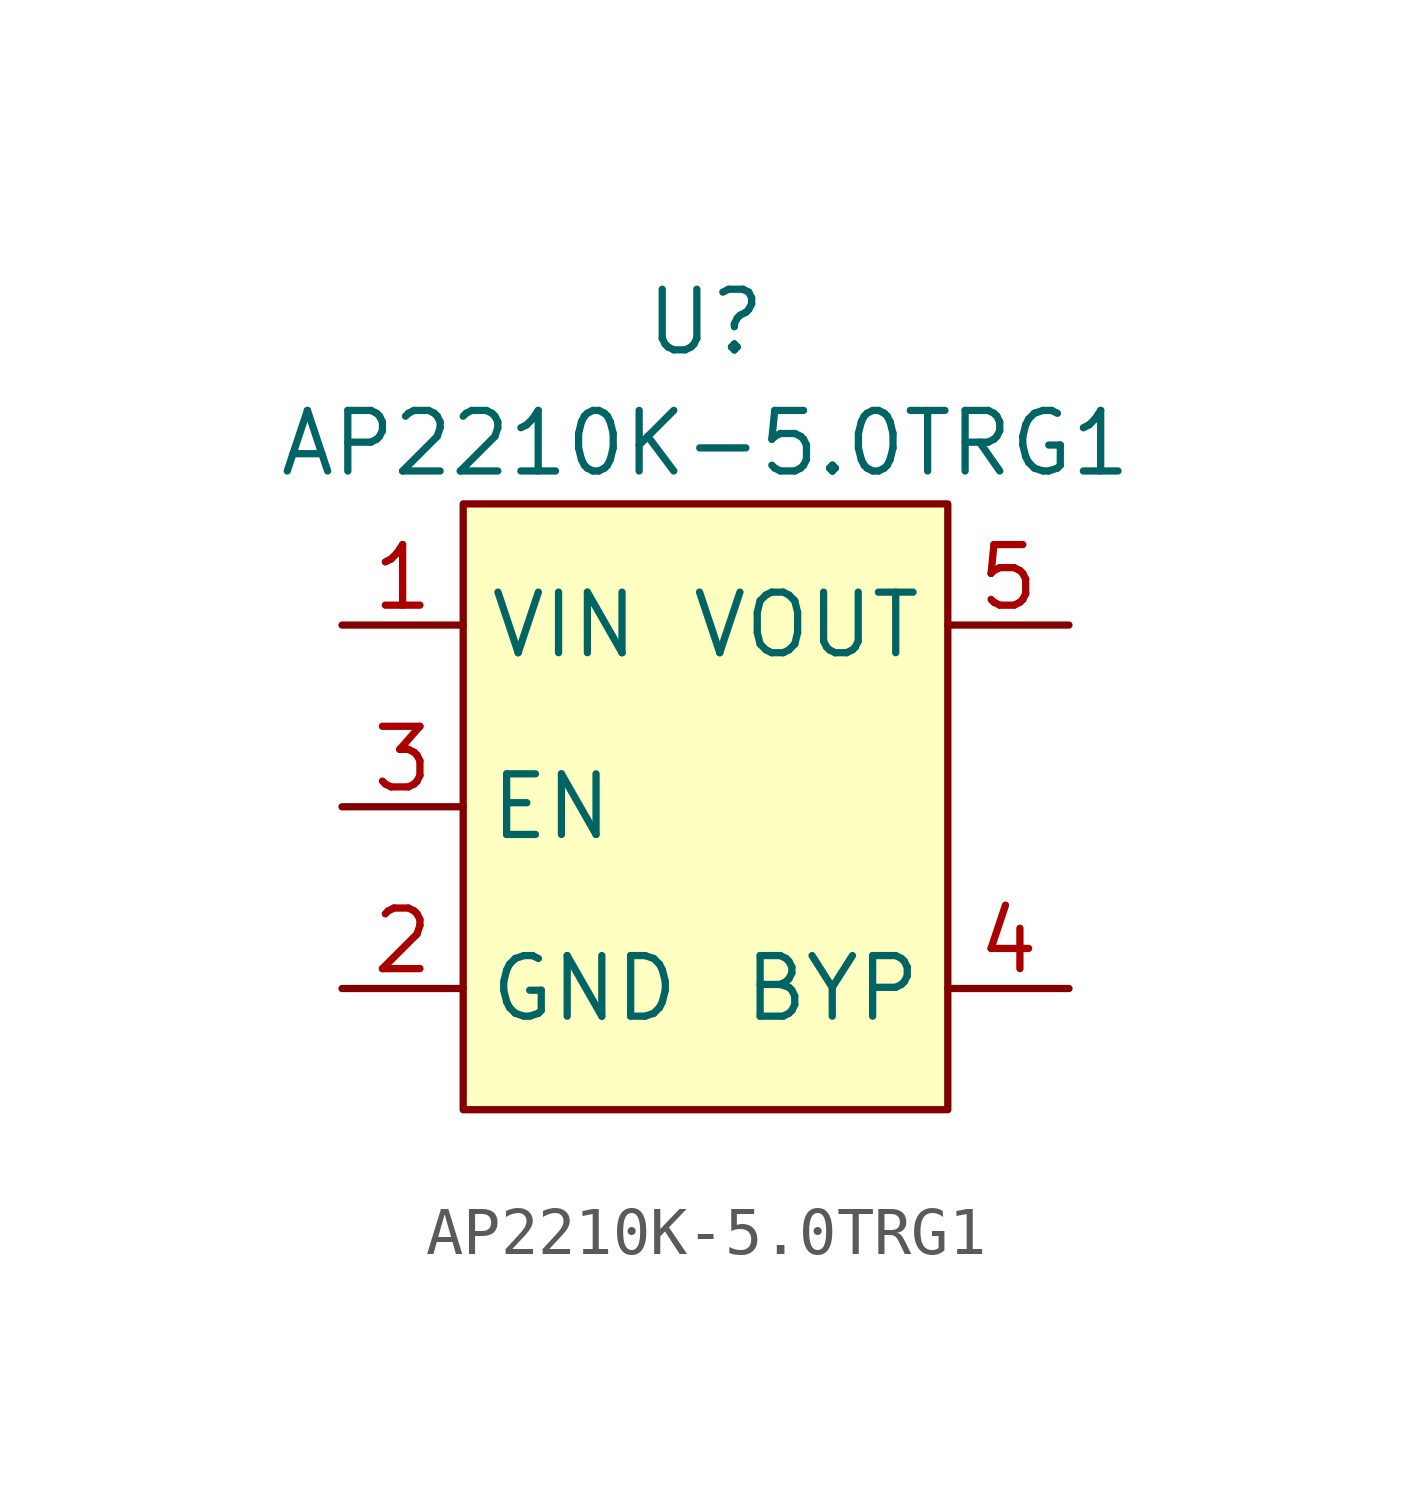
<source format=kicad_sym>
(kicad_symbol_lib
  (version 20211014)
  (generator kicad_symbol_editor)
  (symbol "AP2210K-5.0TRG1"
    (property "Reference" "U"
      (at 0 10.16 0)
      (effects (font (size 1.27 1.27))))
    (property "Value" "AP2210K-5.0TRG1"
      (at 0 7.62 0)
      (effects (font (size 1.27 1.27))))
    (symbol "AP2210K-5.0TRG1_0_1"
      (rectangle (start -5.08 6.35) (end 5.08 -6.35) (stroke (width 0) (type default) (color 0 0 0 0)) (fill (type background))))
    (symbol "AP2210K-5.0TRG1_1_1"
      (pin input line (at -7.62 3.81 0) (length 2.54) (name "VIN" (effects (font (size 1.27 1.27)))) (number "1" (effects (font (size 1.27 1.27)))))
      (pin input line (at -7.62 -3.81 0) (length 2.54) (name "GND" (effects (font (size 1.27 1.27)))) (number "2" (effects (font (size 1.27 1.27)))))
      (pin input line (at -7.62 0 0) (length 2.54) (name "EN" (effects (font (size 1.27 1.27)))) (number "3" (effects (font (size 1.27 1.27)))))
      (pin input line (at 7.62 -3.81 180) (length 2.54) (name "BYP" (effects (font (size 1.27 1.27)))) (number "4" (effects (font (size 1.27 1.27)))))
      (pin input line (at 7.62 3.81 180) (length 2.54) (name "VOUT" (effects (font (size 1.27 1.27)))) (number "5" (effects (font (size 1.27 1.27))))))))
</source>
